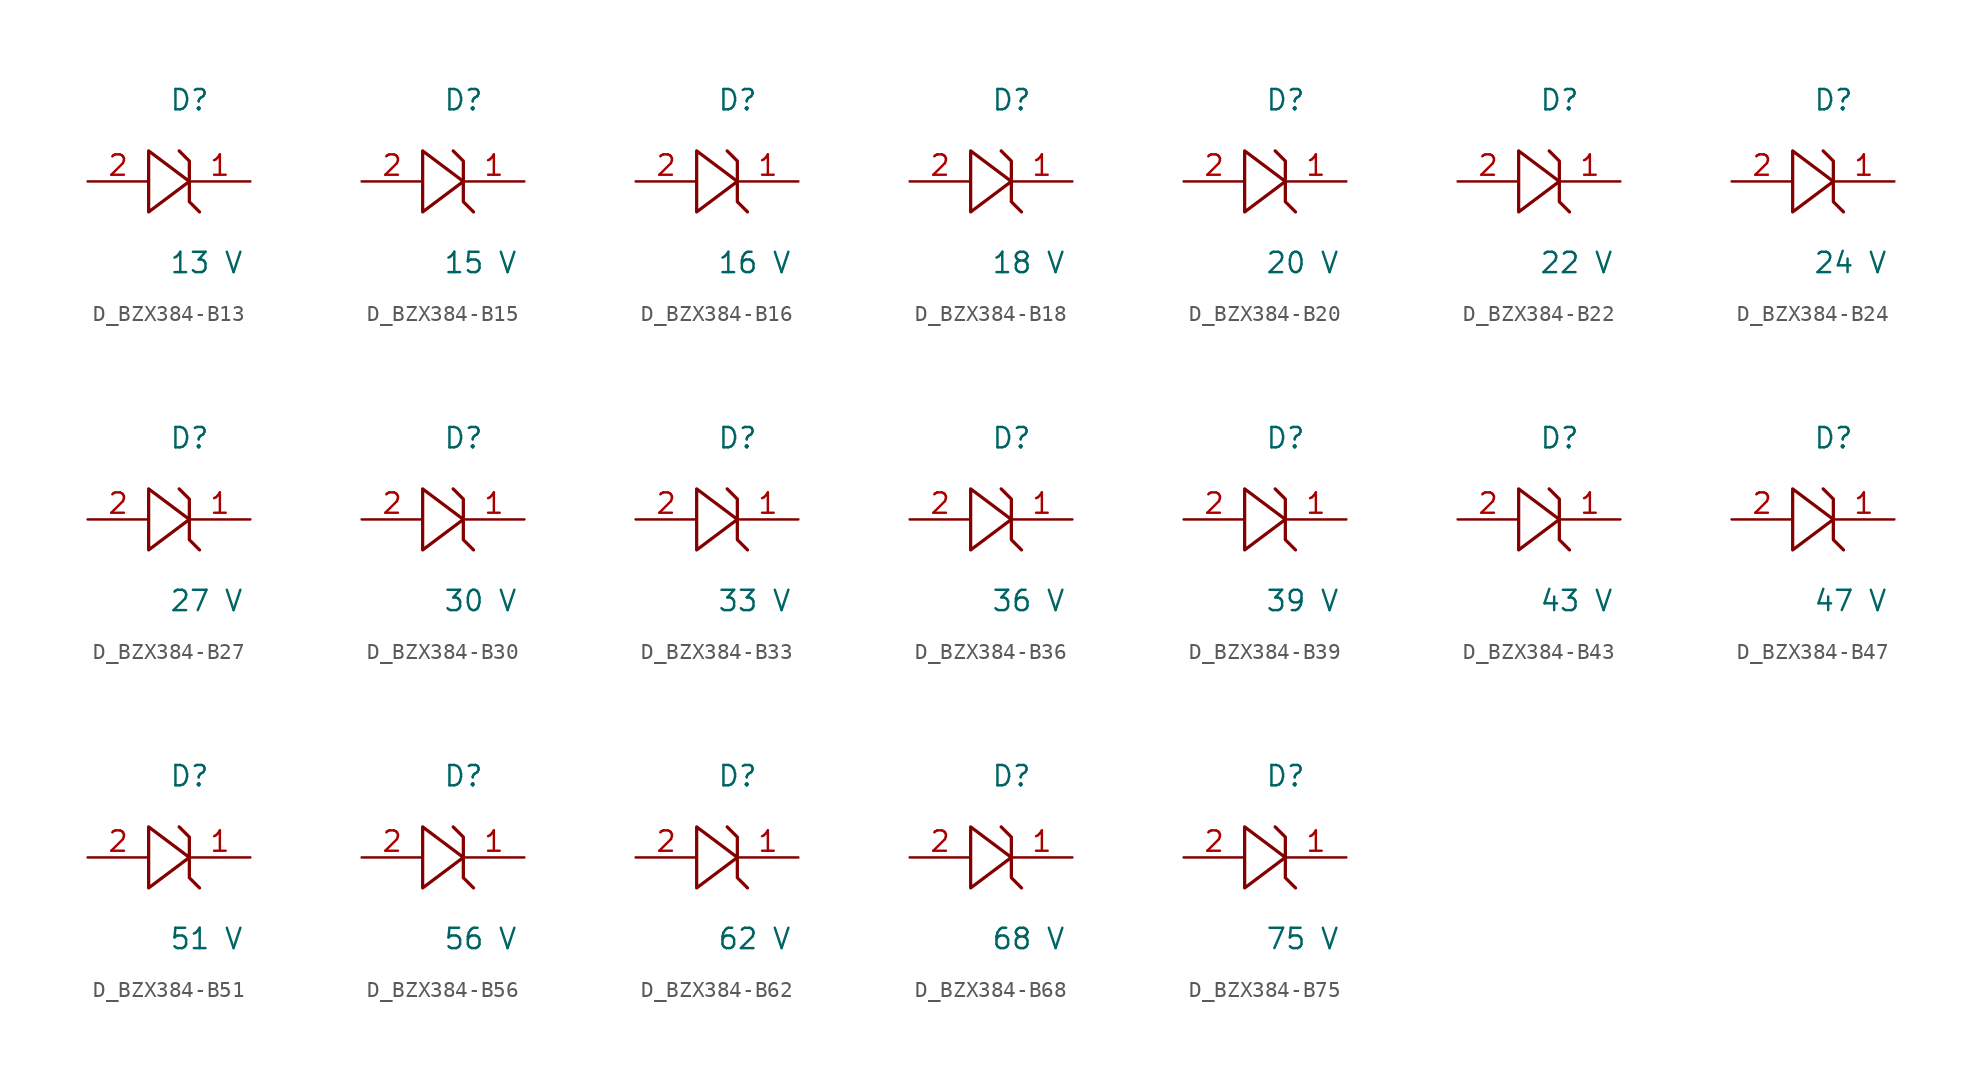
<source format=kicad_sym>
(kicad_symbol_lib
  (version 20231120)
  (generator kicad_symbol_editor)
  (generator_version 8.0)
  (symbol "D_BZX384-B13"
    (pin_names
      (offset 0.254))
    (property "Reference" "D"
      (at 0 5.08 0)
      (effects (font (size 1.27 1.27)) (justify left)))
    (property "Value" "13 V"
      (at 0 -5.08 0)
      (effects (font (size 1.27 1.27)) (justify left)))
    (symbol "D_BZX384-B13_1_0"
      (polyline (pts (xy 0.635 1.905) (xy 1.27 1.27) (xy 1.27 0) (xy -1.27 1.905) (xy -1.27 -1.905) (xy 1.27 0) (xy 1.27 -1.27) (xy 1.905 -1.905)) (stroke (width 0.203) (type default)) (fill (type none)))
      (pin passive line (at 5.08 0 180) (length 3.81) (name "" (effects (font (size 1.27 1.27)))) (number "1" (effects (font (size 1.27 1.27)))))
      (pin passive line (at -5.08 0 0) (length 3.81) (name "" (effects (font (size 1.27 1.27)))) (number "2" (effects (font (size 1.27 1.27)))))))
  (symbol "D_BZX384-B15"
    (pin_names
      (offset 0.254))
    (property "Reference" "D"
      (at 0 5.08 0)
      (effects (font (size 1.27 1.27)) (justify left)))
    (property "Value" "15 V"
      (at 0 -5.08 0)
      (effects (font (size 1.27 1.27)) (justify left)))
    (symbol "D_BZX384-B15_1_0"
      (polyline (pts (xy 0.635 1.905) (xy 1.27 1.27) (xy 1.27 0) (xy -1.27 1.905) (xy -1.27 -1.905) (xy 1.27 0) (xy 1.27 -1.27) (xy 1.905 -1.905)) (stroke (width 0.203) (type default)) (fill (type none)))
      (pin passive line (at 5.08 0 180) (length 3.81) (name "" (effects (font (size 1.27 1.27)))) (number "1" (effects (font (size 1.27 1.27)))))
      (pin passive line (at -5.08 0 0) (length 3.81) (name "" (effects (font (size 1.27 1.27)))) (number "2" (effects (font (size 1.27 1.27)))))))
  (symbol "D_BZX384-B16"
    (pin_names
      (offset 0.254))
    (property "Reference" "D"
      (at 0 5.08 0)
      (effects (font (size 1.27 1.27)) (justify left)))
    (property "Value" "16 V"
      (at 0 -5.08 0)
      (effects (font (size 1.27 1.27)) (justify left)))
    (symbol "D_BZX384-B16_1_0"
      (polyline (pts (xy 0.635 1.905) (xy 1.27 1.27) (xy 1.27 0) (xy -1.27 1.905) (xy -1.27 -1.905) (xy 1.27 0) (xy 1.27 -1.27) (xy 1.905 -1.905)) (stroke (width 0.203) (type default)) (fill (type none)))
      (pin passive line (at 5.08 0 180) (length 3.81) (name "" (effects (font (size 1.27 1.27)))) (number "1" (effects (font (size 1.27 1.27)))))
      (pin passive line (at -5.08 0 0) (length 3.81) (name "" (effects (font (size 1.27 1.27)))) (number "2" (effects (font (size 1.27 1.27)))))))
  (symbol "D_BZX384-B18"
    (pin_names
      (offset 0.254))
    (property "Reference" "D"
      (at 0 5.08 0)
      (effects (font (size 1.27 1.27)) (justify left)))
    (property "Value" "18 V"
      (at 0 -5.08 0)
      (effects (font (size 1.27 1.27)) (justify left)))
    (symbol "D_BZX384-B18_1_0"
      (polyline (pts (xy 0.635 1.905) (xy 1.27 1.27) (xy 1.27 0) (xy -1.27 1.905) (xy -1.27 -1.905) (xy 1.27 0) (xy 1.27 -1.27) (xy 1.905 -1.905)) (stroke (width 0.203) (type default)) (fill (type none)))
      (pin passive line (at 5.08 0 180) (length 3.81) (name "" (effects (font (size 1.27 1.27)))) (number "1" (effects (font (size 1.27 1.27)))))
      (pin passive line (at -5.08 0 0) (length 3.81) (name "" (effects (font (size 1.27 1.27)))) (number "2" (effects (font (size 1.27 1.27)))))))
  (symbol "D_BZX384-B20"
    (pin_names
      (offset 0.254))
    (property "Reference" "D"
      (at 0 5.08 0)
      (effects (font (size 1.27 1.27)) (justify left)))
    (property "Value" "20 V"
      (at 0 -5.08 0)
      (effects (font (size 1.27 1.27)) (justify left)))
    (symbol "D_BZX384-B20_1_0"
      (polyline (pts (xy 0.635 1.905) (xy 1.27 1.27) (xy 1.27 0) (xy -1.27 1.905) (xy -1.27 -1.905) (xy 1.27 0) (xy 1.27 -1.27) (xy 1.905 -1.905)) (stroke (width 0.203) (type default)) (fill (type none)))
      (pin passive line (at 5.08 0 180) (length 3.81) (name "" (effects (font (size 1.27 1.27)))) (number "1" (effects (font (size 1.27 1.27)))))
      (pin passive line (at -5.08 0 0) (length 3.81) (name "" (effects (font (size 1.27 1.27)))) (number "2" (effects (font (size 1.27 1.27)))))))
  (symbol "D_BZX384-B22"
    (pin_names
      (offset 0.254))
    (property "Reference" "D"
      (at 0 5.08 0)
      (effects (font (size 1.27 1.27)) (justify left)))
    (property "Value" "22 V"
      (at 0 -5.08 0)
      (effects (font (size 1.27 1.27)) (justify left)))
    (symbol "D_BZX384-B22_1_0"
      (polyline (pts (xy 0.635 1.905) (xy 1.27 1.27) (xy 1.27 0) (xy -1.27 1.905) (xy -1.27 -1.905) (xy 1.27 0) (xy 1.27 -1.27) (xy 1.905 -1.905)) (stroke (width 0.203) (type default)) (fill (type none)))
      (pin passive line (at 5.08 0 180) (length 3.81) (name "" (effects (font (size 1.27 1.27)))) (number "1" (effects (font (size 1.27 1.27)))))
      (pin passive line (at -5.08 0 0) (length 3.81) (name "" (effects (font (size 1.27 1.27)))) (number "2" (effects (font (size 1.27 1.27)))))))
  (symbol "D_BZX384-B24"
    (pin_names
      (offset 0.254))
    (property "Reference" "D"
      (at 0 5.08 0)
      (effects (font (size 1.27 1.27)) (justify left)))
    (property "Value" "24 V"
      (at 0 -5.08 0)
      (effects (font (size 1.27 1.27)) (justify left)))
    (symbol "D_BZX384-B24_1_0"
      (polyline (pts (xy 0.635 1.905) (xy 1.27 1.27) (xy 1.27 0) (xy -1.27 1.905) (xy -1.27 -1.905) (xy 1.27 0) (xy 1.27 -1.27) (xy 1.905 -1.905)) (stroke (width 0.203) (type default)) (fill (type none)))
      (pin passive line (at 5.08 0 180) (length 3.81) (name "" (effects (font (size 1.27 1.27)))) (number "1" (effects (font (size 1.27 1.27)))))
      (pin passive line (at -5.08 0 0) (length 3.81) (name "" (effects (font (size 1.27 1.27)))) (number "2" (effects (font (size 1.27 1.27)))))))
  (symbol "D_BZX384-B27"
    (pin_names
      (offset 0.254))
    (property "Reference" "D"
      (at 0 5.08 0)
      (effects (font (size 1.27 1.27)) (justify left)))
    (property "Value" "27 V"
      (at 0 -5.08 0)
      (effects (font (size 1.27 1.27)) (justify left)))
    (symbol "D_BZX384-B27_1_0"
      (polyline (pts (xy 0.635 1.905) (xy 1.27 1.27) (xy 1.27 0) (xy -1.27 1.905) (xy -1.27 -1.905) (xy 1.27 0) (xy 1.27 -1.27) (xy 1.905 -1.905)) (stroke (width 0.203) (type default)) (fill (type none)))
      (pin passive line (at 5.08 0 180) (length 3.81) (name "" (effects (font (size 1.27 1.27)))) (number "1" (effects (font (size 1.27 1.27)))))
      (pin passive line (at -5.08 0 0) (length 3.81) (name "" (effects (font (size 1.27 1.27)))) (number "2" (effects (font (size 1.27 1.27)))))))
  (symbol "D_BZX384-B30"
    (pin_names
      (offset 0.254))
    (property "Reference" "D"
      (at 0 5.08 0)
      (effects (font (size 1.27 1.27)) (justify left)))
    (property "Value" "30 V"
      (at 0 -5.08 0)
      (effects (font (size 1.27 1.27)) (justify left)))
    (symbol "D_BZX384-B30_1_0"
      (polyline (pts (xy 0.635 1.905) (xy 1.27 1.27) (xy 1.27 0) (xy -1.27 1.905) (xy -1.27 -1.905) (xy 1.27 0) (xy 1.27 -1.27) (xy 1.905 -1.905)) (stroke (width 0.203) (type default)) (fill (type none)))
      (pin passive line (at 5.08 0 180) (length 3.81) (name "" (effects (font (size 1.27 1.27)))) (number "1" (effects (font (size 1.27 1.27)))))
      (pin passive line (at -5.08 0 0) (length 3.81) (name "" (effects (font (size 1.27 1.27)))) (number "2" (effects (font (size 1.27 1.27)))))))
  (symbol "D_BZX384-B33"
    (pin_names
      (offset 0.254))
    (property "Reference" "D"
      (at 0 5.08 0)
      (effects (font (size 1.27 1.27)) (justify left)))
    (property "Value" "33 V"
      (at 0 -5.08 0)
      (effects (font (size 1.27 1.27)) (justify left)))
    (symbol "D_BZX384-B33_1_0"
      (polyline (pts (xy 0.635 1.905) (xy 1.27 1.27) (xy 1.27 0) (xy -1.27 1.905) (xy -1.27 -1.905) (xy 1.27 0) (xy 1.27 -1.27) (xy 1.905 -1.905)) (stroke (width 0.203) (type default)) (fill (type none)))
      (pin passive line (at 5.08 0 180) (length 3.81) (name "" (effects (font (size 1.27 1.27)))) (number "1" (effects (font (size 1.27 1.27)))))
      (pin passive line (at -5.08 0 0) (length 3.81) (name "" (effects (font (size 1.27 1.27)))) (number "2" (effects (font (size 1.27 1.27)))))))
  (symbol "D_BZX384-B36"
    (pin_names
      (offset 0.254))
    (property "Reference" "D"
      (at 0 5.08 0)
      (effects (font (size 1.27 1.27)) (justify left)))
    (property "Value" "36 V"
      (at 0 -5.08 0)
      (effects (font (size 1.27 1.27)) (justify left)))
    (symbol "D_BZX384-B36_1_0"
      (polyline (pts (xy 0.635 1.905) (xy 1.27 1.27) (xy 1.27 0) (xy -1.27 1.905) (xy -1.27 -1.905) (xy 1.27 0) (xy 1.27 -1.27) (xy 1.905 -1.905)) (stroke (width 0.203) (type default)) (fill (type none)))
      (pin passive line (at 5.08 0 180) (length 3.81) (name "" (effects (font (size 1.27 1.27)))) (number "1" (effects (font (size 1.27 1.27)))))
      (pin passive line (at -5.08 0 0) (length 3.81) (name "" (effects (font (size 1.27 1.27)))) (number "2" (effects (font (size 1.27 1.27)))))))
  (symbol "D_BZX384-B39"
    (pin_names
      (offset 0.254))
    (property "Reference" "D"
      (at 0 5.08 0)
      (effects (font (size 1.27 1.27)) (justify left)))
    (property "Value" "39 V"
      (at 0 -5.08 0)
      (effects (font (size 1.27 1.27)) (justify left)))
    (symbol "D_BZX384-B39_1_0"
      (polyline (pts (xy 0.635 1.905) (xy 1.27 1.27) (xy 1.27 0) (xy -1.27 1.905) (xy -1.27 -1.905) (xy 1.27 0) (xy 1.27 -1.27) (xy 1.905 -1.905)) (stroke (width 0.203) (type default)) (fill (type none)))
      (pin passive line (at 5.08 0 180) (length 3.81) (name "" (effects (font (size 1.27 1.27)))) (number "1" (effects (font (size 1.27 1.27)))))
      (pin passive line (at -5.08 0 0) (length 3.81) (name "" (effects (font (size 1.27 1.27)))) (number "2" (effects (font (size 1.27 1.27)))))))
  (symbol "D_BZX384-B43"
    (pin_names
      (offset 0.254))
    (property "Reference" "D"
      (at 0 5.08 0)
      (effects (font (size 1.27 1.27)) (justify left)))
    (property "Value" "43 V"
      (at 0 -5.08 0)
      (effects (font (size 1.27 1.27)) (justify left)))
    (symbol "D_BZX384-B43_1_0"
      (polyline (pts (xy 0.635 1.905) (xy 1.27 1.27) (xy 1.27 0) (xy -1.27 1.905) (xy -1.27 -1.905) (xy 1.27 0) (xy 1.27 -1.27) (xy 1.905 -1.905)) (stroke (width 0.203) (type default)) (fill (type none)))
      (pin passive line (at 5.08 0 180) (length 3.81) (name "" (effects (font (size 1.27 1.27)))) (number "1" (effects (font (size 1.27 1.27)))))
      (pin passive line (at -5.08 0 0) (length 3.81) (name "" (effects (font (size 1.27 1.27)))) (number "2" (effects (font (size 1.27 1.27)))))))
  (symbol "D_BZX384-B47"
    (pin_names
      (offset 0.254))
    (property "Reference" "D"
      (at 0 5.08 0)
      (effects (font (size 1.27 1.27)) (justify left)))
    (property "Value" "47 V"
      (at 0 -5.08 0)
      (effects (font (size 1.27 1.27)) (justify left)))
    (symbol "D_BZX384-B47_1_0"
      (polyline (pts (xy 0.635 1.905) (xy 1.27 1.27) (xy 1.27 0) (xy -1.27 1.905) (xy -1.27 -1.905) (xy 1.27 0) (xy 1.27 -1.27) (xy 1.905 -1.905)) (stroke (width 0.203) (type default)) (fill (type none)))
      (pin passive line (at 5.08 0 180) (length 3.81) (name "" (effects (font (size 1.27 1.27)))) (number "1" (effects (font (size 1.27 1.27)))))
      (pin passive line (at -5.08 0 0) (length 3.81) (name "" (effects (font (size 1.27 1.27)))) (number "2" (effects (font (size 1.27 1.27)))))))
  (symbol "D_BZX384-B51"
    (pin_names
      (offset 0.254))
    (property "Reference" "D"
      (at 0 5.08 0)
      (effects (font (size 1.27 1.27)) (justify left)))
    (property "Value" "51 V"
      (at 0 -5.08 0)
      (effects (font (size 1.27 1.27)) (justify left)))
    (symbol "D_BZX384-B51_1_0"
      (polyline (pts (xy 0.635 1.905) (xy 1.27 1.27) (xy 1.27 0) (xy -1.27 1.905) (xy -1.27 -1.905) (xy 1.27 0) (xy 1.27 -1.27) (xy 1.905 -1.905)) (stroke (width 0.203) (type default)) (fill (type none)))
      (pin passive line (at 5.08 0 180) (length 3.81) (name "" (effects (font (size 1.27 1.27)))) (number "1" (effects (font (size 1.27 1.27)))))
      (pin passive line (at -5.08 0 0) (length 3.81) (name "" (effects (font (size 1.27 1.27)))) (number "2" (effects (font (size 1.27 1.27)))))))
  (symbol "D_BZX384-B56"
    (pin_names
      (offset 0.254))
    (property "Reference" "D"
      (at 0 5.08 0)
      (effects (font (size 1.27 1.27)) (justify left)))
    (property "Value" "56 V"
      (at 0 -5.08 0)
      (effects (font (size 1.27 1.27)) (justify left)))
    (symbol "D_BZX384-B56_1_0"
      (polyline (pts (xy 0.635 1.905) (xy 1.27 1.27) (xy 1.27 0) (xy -1.27 1.905) (xy -1.27 -1.905) (xy 1.27 0) (xy 1.27 -1.27) (xy 1.905 -1.905)) (stroke (width 0.203) (type default)) (fill (type none)))
      (pin passive line (at 5.08 0 180) (length 3.81) (name "" (effects (font (size 1.27 1.27)))) (number "1" (effects (font (size 1.27 1.27)))))
      (pin passive line (at -5.08 0 0) (length 3.81) (name "" (effects (font (size 1.27 1.27)))) (number "2" (effects (font (size 1.27 1.27)))))))
  (symbol "D_BZX384-B62"
    (pin_names
      (offset 0.254))
    (property "Reference" "D"
      (at 0 5.08 0)
      (effects (font (size 1.27 1.27)) (justify left)))
    (property "Value" "62 V"
      (at 0 -5.08 0)
      (effects (font (size 1.27 1.27)) (justify left)))
    (symbol "D_BZX384-B62_1_0"
      (polyline (pts (xy 0.635 1.905) (xy 1.27 1.27) (xy 1.27 0) (xy -1.27 1.905) (xy -1.27 -1.905) (xy 1.27 0) (xy 1.27 -1.27) (xy 1.905 -1.905)) (stroke (width 0.203) (type default)) (fill (type none)))
      (pin passive line (at 5.08 0 180) (length 3.81) (name "" (effects (font (size 1.27 1.27)))) (number "1" (effects (font (size 1.27 1.27)))))
      (pin passive line (at -5.08 0 0) (length 3.81) (name "" (effects (font (size 1.27 1.27)))) (number "2" (effects (font (size 1.27 1.27)))))))
  (symbol "D_BZX384-B68"
    (pin_names
      (offset 0.254))
    (property "Reference" "D"
      (at 0 5.08 0)
      (effects (font (size 1.27 1.27)) (justify left)))
    (property "Value" "68 V"
      (at 0 -5.08 0)
      (effects (font (size 1.27 1.27)) (justify left)))
    (symbol "D_BZX384-B68_1_0"
      (polyline (pts (xy 0.635 1.905) (xy 1.27 1.27) (xy 1.27 0) (xy -1.27 1.905) (xy -1.27 -1.905) (xy 1.27 0) (xy 1.27 -1.27) (xy 1.905 -1.905)) (stroke (width 0.203) (type default)) (fill (type none)))
      (pin passive line (at 5.08 0 180) (length 3.81) (name "" (effects (font (size 1.27 1.27)))) (number "1" (effects (font (size 1.27 1.27)))))
      (pin passive line (at -5.08 0 0) (length 3.81) (name "" (effects (font (size 1.27 1.27)))) (number "2" (effects (font (size 1.27 1.27)))))))
  (symbol "D_BZX384-B75"
    (pin_names
      (offset 0.254))
    (property "Reference" "D"
      (at 0 5.08 0)
      (effects (font (size 1.27 1.27)) (justify left)))
    (property "Value" "75 V"
      (at 0 -5.08 0)
      (effects (font (size 1.27 1.27)) (justify left)))
    (symbol "D_BZX384-B75_1_0"
      (polyline (pts (xy 0.635 1.905) (xy 1.27 1.27) (xy 1.27 0) (xy -1.27 1.905) (xy -1.27 -1.905) (xy 1.27 0) (xy 1.27 -1.27) (xy 1.905 -1.905)) (stroke (width 0.203) (type default)) (fill (type none)))
      (pin passive line (at 5.08 0 180) (length 3.81) (name "" (effects (font (size 1.27 1.27)))) (number "1" (effects (font (size 1.27 1.27)))))
      (pin passive line (at -5.08 0 0) (length 3.81) (name "" (effects (font (size 1.27 1.27)))) (number "2" (effects (font (size 1.27 1.27))))))))
</source>
